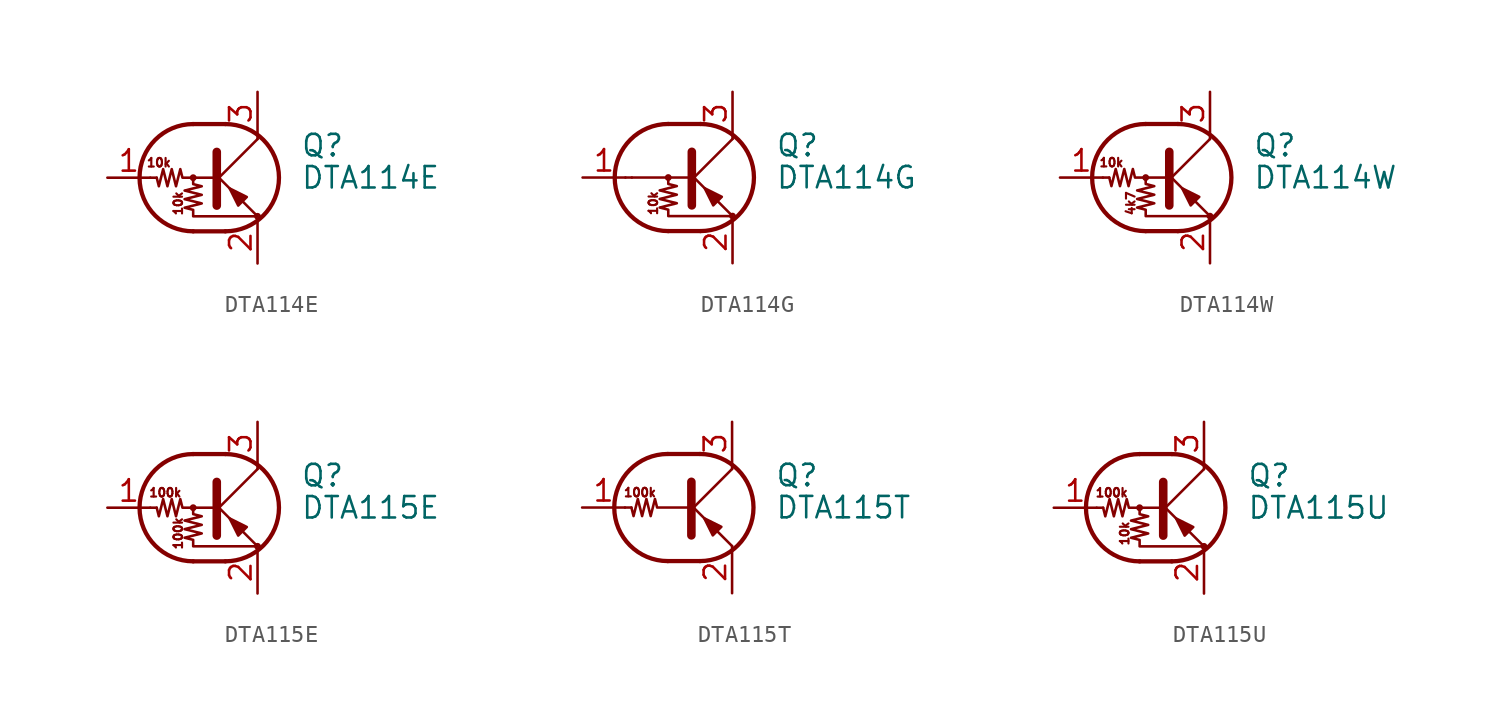
<source format=kicad_sym>
(kicad_symbol_lib
  (version 20211014)
  (generator kicad_symbol_editor)
  (symbol "DTA114E"
    (pin_names
      (offset 0) hide)
    (property "Reference" "Q"
      (at 5.08 1.905 0)
      (effects (font (size 1.27 1.27)) (justify left)))
    (property "Value" "DTA114E"
      (at 5.08 0 0)
      (effects (font (size 1.27 1.27)) (justify left)))
    (symbol "DTA114E_0_0"
      (text "10k" (at -3.302 0.889 0) (effects (font (size 0.508 0.508))))
      (text "10k" (at -2.159 -1.524 900) (effects (font (size 0.508 0.508)))))
    (symbol "DTA114E_0_1"
      (circle (center -1.27 0) (radius 0.127) (stroke (width 0) (type default) (color 0 0 0 0)) (fill (type none)))
      (arc (start -1.27 3.175) (mid -4.445 0) (end -1.27 -3.175) (stroke (width 0.254) (type default) (color 0 0 0 0)) (fill (type none)))
      (polyline (pts (xy -3.429 0) (xy -3.81 0)) (stroke (width 0) (type default) (color 0 0 0 0)) (fill (type none)))
      (polyline (pts (xy -1.27 -3.175) (xy 0.635 -3.175)) (stroke (width 0.254) (type default) (color 0 0 0 0)) (fill (type none)))
      (polyline (pts (xy -1.27 3.175) (xy 0.635 3.175)) (stroke (width 0.254) (type default) (color 0 0 0 0)) (fill (type none)))
      (polyline (pts (xy 0 -0.254) (xy 2.54 2.286)) (stroke (width 0) (type default) (color 0 0 0 0)) (fill (type none)))
      (polyline (pts (xy 0.127 1.524) (xy 0.127 -1.651)) (stroke (width 0.508) (type default) (color 0 0 0 0)) (fill (type outline)))
      (polyline (pts (xy 2.54 2.286) (xy 2.54 2.54)) (stroke (width 0) (type default) (color 0 0 0 0)) (fill (type none)))
      (polyline (pts (xy 2.54 -2.286) (xy 0 0.254) (xy 0 0.254)) (stroke (width 0) (type default) (color 0 0 0 0)) (fill (type none)))
      (polyline (pts (xy 1.397 -1.651) (xy 1.905 -1.143) (xy 0.889 -0.635) (xy 1.397 -1.651)) (stroke (width 0) (type default) (color 0 0 0 0)) (fill (type outline)))
      (polyline (pts (xy 0 0) (xy -1.905 0) (xy -2.032 0.508) (xy -2.286 -0.508) (xy -2.54 0.508) (xy -2.794 -0.508) (xy -3.048 0.508) (xy -3.302 -0.508) (xy -3.429 0)) (stroke (width 0) (type default) (color 0 0 0 0)) (fill (type none)))
      (polyline (pts (xy -1.27 0) (xy -1.27 -0.381) (xy -0.762 -0.508) (xy -1.778 -0.762) (xy -0.762 -1.016) (xy -1.778 -1.27) (xy -0.762 -1.524) (xy -1.778 -1.778) (xy -1.27 -1.905) (xy -1.27 -2.286) (xy 2.54 -2.286)) (stroke (width 0) (type default) (color 0 0 0 0)) (fill (type none)))
      (arc (start 0.635 -3.175) (mid 3.81 0) (end 0.635 3.175) (stroke (width 0.254) (type default) (color 0 0 0 0)) (fill (type none)))
      (circle (center 2.54 -2.286) (radius 0.127) (stroke (width 0) (type default) (color 0 0 0 0)) (fill (type none))))
    (symbol "DTA114E_1_1"
      (pin input line (at -6.35 0 0) (length 2.54) (name "B" (effects (font (size 1.27 1.27)))) (number "1" (effects (font (size 1.27 1.27)))))
      (pin passive line (at 2.54 -5.08 90) (length 2.54) (name "E" (effects (font (size 1.27 1.27)))) (number "2" (effects (font (size 1.27 1.27)))))
      (pin passive line (at 2.54 5.08 270) (length 2.54) (name "C" (effects (font (size 1.27 1.27)))) (number "3" (effects (font (size 1.27 1.27)))))))
  (symbol "DTA114G"
    (pin_names
      (offset 0) hide)
    (property "Reference" "Q"
      (at 5.08 1.905 0)
      (effects (font (size 1.27 1.27)) (justify left)))
    (property "Value" "DTA114G"
      (at 5.08 0 0)
      (effects (font (size 1.27 1.27)) (justify left)))
    (symbol "DTA114G_0_0"
      (polyline (pts (xy -3.429 0) (xy 0 0)) (stroke (width 0) (type default) (color 0 0 0 0)) (fill (type none)))
      (text "10k" (at -2.159 -1.524 900) (effects (font (size 0.508 0.508)))))
    (symbol "DTA114G_0_1"
      (circle (center -1.27 0) (radius 0.127) (stroke (width 0) (type default) (color 0 0 0 0)) (fill (type none)))
      (arc (start -1.27 3.175) (mid -4.445 0) (end -1.27 -3.175) (stroke (width 0.254) (type default) (color 0 0 0 0)) (fill (type none)))
      (polyline (pts (xy -3.429 0) (xy -3.81 0)) (stroke (width 0) (type default) (color 0 0 0 0)) (fill (type none)))
      (polyline (pts (xy -1.27 -3.175) (xy 0.635 -3.175)) (stroke (width 0.254) (type default) (color 0 0 0 0)) (fill (type none)))
      (polyline (pts (xy -1.27 3.175) (xy 0.635 3.175)) (stroke (width 0.254) (type default) (color 0 0 0 0)) (fill (type none)))
      (polyline (pts (xy 0 -0.254) (xy 2.54 2.286)) (stroke (width 0) (type default) (color 0 0 0 0)) (fill (type none)))
      (polyline (pts (xy 0.127 1.524) (xy 0.127 -1.651)) (stroke (width 0.508) (type default) (color 0 0 0 0)) (fill (type outline)))
      (polyline (pts (xy 2.54 2.286) (xy 2.54 2.54)) (stroke (width 0) (type default) (color 0 0 0 0)) (fill (type none)))
      (polyline (pts (xy 2.54 -2.286) (xy 0 0.254) (xy 0 0.254)) (stroke (width 0) (type default) (color 0 0 0 0)) (fill (type none)))
      (polyline (pts (xy 1.397 -1.651) (xy 1.905 -1.143) (xy 0.889 -0.635) (xy 1.397 -1.651)) (stroke (width 0) (type default) (color 0 0 0 0)) (fill (type outline)))
      (polyline (pts (xy -1.27 0) (xy -1.27 -0.381) (xy -0.762 -0.508) (xy -1.778 -0.762) (xy -0.762 -1.016) (xy -1.778 -1.27) (xy -0.762 -1.524) (xy -1.778 -1.778) (xy -1.27 -1.905) (xy -1.27 -2.286) (xy 2.54 -2.286)) (stroke (width 0) (type default) (color 0 0 0 0)) (fill (type none)))
      (arc (start 0.635 -3.175) (mid 3.81 0) (end 0.635 3.175) (stroke (width 0.254) (type default) (color 0 0 0 0)) (fill (type none)))
      (circle (center 2.54 -2.286) (radius 0.127) (stroke (width 0) (type default) (color 0 0 0 0)) (fill (type none))))
    (symbol "DTA114G_1_1"
      (pin input line (at -6.35 0 0) (length 2.54) (name "B" (effects (font (size 1.27 1.27)))) (number "1" (effects (font (size 1.27 1.27)))))
      (pin passive line (at 2.54 -5.08 90) (length 2.54) (name "E" (effects (font (size 1.27 1.27)))) (number "2" (effects (font (size 1.27 1.27)))))
      (pin passive line (at 2.54 5.08 270) (length 2.54) (name "C" (effects (font (size 1.27 1.27)))) (number "3" (effects (font (size 1.27 1.27)))))))
  (symbol "DTA114W"
    (pin_names
      (offset 0) hide)
    (property "Reference" "Q"
      (at 5.08 1.905 0)
      (effects (font (size 1.27 1.27)) (justify left)))
    (property "Value" "DTA114W"
      (at 5.08 0 0)
      (effects (font (size 1.27 1.27)) (justify left)))
    (symbol "DTA114W_0_0"
      (text "10k" (at -3.302 0.889 0) (effects (font (size 0.508 0.508))))
      (text "4k7" (at -2.159 -1.524 900) (effects (font (size 0.508 0.508)))))
    (symbol "DTA114W_0_1"
      (circle (center -1.27 0) (radius 0.127) (stroke (width 0) (type default) (color 0 0 0 0)) (fill (type none)))
      (arc (start -1.27 3.175) (mid -4.445 0) (end -1.27 -3.175) (stroke (width 0.254) (type default) (color 0 0 0 0)) (fill (type none)))
      (polyline (pts (xy -3.429 0) (xy -3.81 0)) (stroke (width 0) (type default) (color 0 0 0 0)) (fill (type none)))
      (polyline (pts (xy -1.27 -3.175) (xy 0.635 -3.175)) (stroke (width 0.254) (type default) (color 0 0 0 0)) (fill (type none)))
      (polyline (pts (xy -1.27 3.175) (xy 0.635 3.175)) (stroke (width 0.254) (type default) (color 0 0 0 0)) (fill (type none)))
      (polyline (pts (xy 0 -0.254) (xy 2.54 2.286)) (stroke (width 0) (type default) (color 0 0 0 0)) (fill (type none)))
      (polyline (pts (xy 0.127 1.524) (xy 0.127 -1.651)) (stroke (width 0.508) (type default) (color 0 0 0 0)) (fill (type outline)))
      (polyline (pts (xy 2.54 2.286) (xy 2.54 2.54)) (stroke (width 0) (type default) (color 0 0 0 0)) (fill (type none)))
      (polyline (pts (xy 2.54 -2.286) (xy 0 0.254) (xy 0 0.254)) (stroke (width 0) (type default) (color 0 0 0 0)) (fill (type none)))
      (polyline (pts (xy 1.397 -1.651) (xy 1.905 -1.143) (xy 0.889 -0.635) (xy 1.397 -1.651)) (stroke (width 0) (type default) (color 0 0 0 0)) (fill (type outline)))
      (polyline (pts (xy 0 0) (xy -1.905 0) (xy -2.032 0.508) (xy -2.286 -0.508) (xy -2.54 0.508) (xy -2.794 -0.508) (xy -3.048 0.508) (xy -3.302 -0.508) (xy -3.429 0)) (stroke (width 0) (type default) (color 0 0 0 0)) (fill (type none)))
      (polyline (pts (xy -1.27 0) (xy -1.27 -0.381) (xy -0.762 -0.508) (xy -1.778 -0.762) (xy -0.762 -1.016) (xy -1.778 -1.27) (xy -0.762 -1.524) (xy -1.778 -1.778) (xy -1.27 -1.905) (xy -1.27 -2.286) (xy 2.54 -2.286)) (stroke (width 0) (type default) (color 0 0 0 0)) (fill (type none)))
      (arc (start 0.635 -3.175) (mid 3.81 0) (end 0.635 3.175) (stroke (width 0.254) (type default) (color 0 0 0 0)) (fill (type none)))
      (circle (center 2.54 -2.286) (radius 0.127) (stroke (width 0) (type default) (color 0 0 0 0)) (fill (type none))))
    (symbol "DTA114W_1_1"
      (pin input line (at -6.35 0 0) (length 2.54) (name "B" (effects (font (size 1.27 1.27)))) (number "1" (effects (font (size 1.27 1.27)))))
      (pin passive line (at 2.54 -5.08 90) (length 2.54) (name "E" (effects (font (size 1.27 1.27)))) (number "2" (effects (font (size 1.27 1.27)))))
      (pin passive line (at 2.54 5.08 270) (length 2.54) (name "C" (effects (font (size 1.27 1.27)))) (number "3" (effects (font (size 1.27 1.27)))))))
  (symbol "DTA115E"
    (pin_names
      (offset 0) hide)
    (property "Reference" "Q"
      (at 5.08 1.905 0)
      (effects (font (size 1.27 1.27)) (justify left)))
    (property "Value" "DTA115E"
      (at 5.08 0 0)
      (effects (font (size 1.27 1.27)) (justify left)))
    (symbol "DTA115E_0_0"
      (text "100k" (at -2.921 0.889 0) (effects (font (size 0.508 0.508))))
      (text "100k" (at -2.159 -1.524 900) (effects (font (size 0.508 0.508)))))
    (symbol "DTA115E_0_1"
      (circle (center -1.27 0) (radius 0.127) (stroke (width 0) (type default) (color 0 0 0 0)) (fill (type none)))
      (arc (start -1.27 3.175) (mid -4.445 0) (end -1.27 -3.175) (stroke (width 0.254) (type default) (color 0 0 0 0)) (fill (type none)))
      (polyline (pts (xy -3.429 0) (xy -3.81 0)) (stroke (width 0) (type default) (color 0 0 0 0)) (fill (type none)))
      (polyline (pts (xy -1.27 -3.175) (xy 0.635 -3.175)) (stroke (width 0.254) (type default) (color 0 0 0 0)) (fill (type none)))
      (polyline (pts (xy -1.27 3.175) (xy 0.635 3.175)) (stroke (width 0.254) (type default) (color 0 0 0 0)) (fill (type none)))
      (polyline (pts (xy 0 -0.254) (xy 2.54 2.286)) (stroke (width 0) (type default) (color 0 0 0 0)) (fill (type none)))
      (polyline (pts (xy 0.127 1.524) (xy 0.127 -1.651)) (stroke (width 0.508) (type default) (color 0 0 0 0)) (fill (type outline)))
      (polyline (pts (xy 2.54 2.286) (xy 2.54 2.54)) (stroke (width 0) (type default) (color 0 0 0 0)) (fill (type none)))
      (polyline (pts (xy 2.54 -2.286) (xy 0 0.254) (xy 0 0.254)) (stroke (width 0) (type default) (color 0 0 0 0)) (fill (type none)))
      (polyline (pts (xy 1.397 -1.651) (xy 1.905 -1.143) (xy 0.889 -0.635) (xy 1.397 -1.651)) (stroke (width 0) (type default) (color 0 0 0 0)) (fill (type outline)))
      (polyline (pts (xy 0 0) (xy -1.905 0) (xy -2.032 0.508) (xy -2.286 -0.508) (xy -2.54 0.508) (xy -2.794 -0.508) (xy -3.048 0.508) (xy -3.302 -0.508) (xy -3.429 0)) (stroke (width 0) (type default) (color 0 0 0 0)) (fill (type none)))
      (polyline (pts (xy -1.27 0) (xy -1.27 -0.381) (xy -0.762 -0.508) (xy -1.778 -0.762) (xy -0.762 -1.016) (xy -1.778 -1.27) (xy -0.762 -1.524) (xy -1.778 -1.778) (xy -1.27 -1.905) (xy -1.27 -2.286) (xy 2.54 -2.286)) (stroke (width 0) (type default) (color 0 0 0 0)) (fill (type none)))
      (arc (start 0.635 -3.175) (mid 3.81 0) (end 0.635 3.175) (stroke (width 0.254) (type default) (color 0 0 0 0)) (fill (type none)))
      (circle (center 2.54 -2.286) (radius 0.127) (stroke (width 0) (type default) (color 0 0 0 0)) (fill (type none))))
    (symbol "DTA115E_1_1"
      (pin input line (at -6.35 0 0) (length 2.54) (name "B" (effects (font (size 1.27 1.27)))) (number "1" (effects (font (size 1.27 1.27)))))
      (pin passive line (at 2.54 -5.08 90) (length 2.54) (name "E" (effects (font (size 1.27 1.27)))) (number "2" (effects (font (size 1.27 1.27)))))
      (pin passive line (at 2.54 5.08 270) (length 2.54) (name "C" (effects (font (size 1.27 1.27)))) (number "3" (effects (font (size 1.27 1.27)))))))
  (symbol "DTA115T"
    (pin_names
      (offset 0) hide)
    (property "Reference" "Q"
      (at 5.08 1.905 0)
      (effects (font (size 1.27 1.27)) (justify left)))
    (property "Value" "DTA115T"
      (at 5.08 0 0)
      (effects (font (size 1.27 1.27)) (justify left)))
    (symbol "DTA115T_0_0"
      (polyline (pts (xy 2.54 -2.286) (xy 2.54 -2.54)) (stroke (width 0) (type default) (color 0 0 0 0)) (fill (type none)))
      (text "100k" (at -2.921 0.889 0) (effects (font (size 0.508 0.508)))))
    (symbol "DTA115T_0_1"
      (arc (start -1.27 3.175) (mid -4.445 0) (end -1.27 -3.175) (stroke (width 0.254) (type default) (color 0 0 0 0)) (fill (type none)))
      (polyline (pts (xy -3.429 0) (xy -3.81 0)) (stroke (width 0) (type default) (color 0 0 0 0)) (fill (type none)))
      (polyline (pts (xy -1.27 -3.175) (xy 0.635 -3.175)) (stroke (width 0.254) (type default) (color 0 0 0 0)) (fill (type none)))
      (polyline (pts (xy -1.27 3.175) (xy 0.635 3.175)) (stroke (width 0.254) (type default) (color 0 0 0 0)) (fill (type none)))
      (polyline (pts (xy 0 -0.254) (xy 2.54 2.286)) (stroke (width 0) (type default) (color 0 0 0 0)) (fill (type none)))
      (polyline (pts (xy 0.127 1.524) (xy 0.127 -1.651)) (stroke (width 0.508) (type default) (color 0 0 0 0)) (fill (type outline)))
      (polyline (pts (xy 2.54 2.286) (xy 2.54 2.54)) (stroke (width 0) (type default) (color 0 0 0 0)) (fill (type none)))
      (polyline (pts (xy 2.54 -2.286) (xy 0 0.254) (xy 0 0.254)) (stroke (width 0) (type default) (color 0 0 0 0)) (fill (type none)))
      (polyline (pts (xy 1.397 -1.651) (xy 1.905 -1.143) (xy 0.889 -0.635) (xy 1.397 -1.651)) (stroke (width 0) (type default) (color 0 0 0 0)) (fill (type outline)))
      (polyline (pts (xy 0 0) (xy -1.905 0) (xy -2.032 0.508) (xy -2.286 -0.508) (xy -2.54 0.508) (xy -2.794 -0.508) (xy -3.048 0.508) (xy -3.302 -0.508) (xy -3.429 0)) (stroke (width 0) (type default) (color 0 0 0 0)) (fill (type none)))
      (arc (start 0.635 -3.175) (mid 3.81 0) (end 0.635 3.175) (stroke (width 0.254) (type default) (color 0 0 0 0)) (fill (type none))))
    (symbol "DTA115T_1_1"
      (pin input line (at -6.35 0 0) (length 2.54) (name "B" (effects (font (size 1.27 1.27)))) (number "1" (effects (font (size 1.27 1.27)))))
      (pin passive line (at 2.54 -5.08 90) (length 2.54) (name "E" (effects (font (size 1.27 1.27)))) (number "2" (effects (font (size 1.27 1.27)))))
      (pin passive line (at 2.54 5.08 270) (length 2.54) (name "C" (effects (font (size 1.27 1.27)))) (number "3" (effects (font (size 1.27 1.27)))))))
  (symbol "DTA115U"
    (pin_names
      (offset 0) hide)
    (property "Reference" "Q"
      (at 5.08 1.905 0)
      (effects (font (size 1.27 1.27)) (justify left)))
    (property "Value" "DTA115U"
      (at 5.08 0 0)
      (effects (font (size 1.27 1.27)) (justify left)))
    (symbol "DTA115U_0_0"
      (text "100k" (at -2.921 0.889 0) (effects (font (size 0.508 0.508))))
      (text "10k" (at -2.159 -1.524 900) (effects (font (size 0.508 0.508)))))
    (symbol "DTA115U_0_1"
      (circle (center -1.27 0) (radius 0.127) (stroke (width 0) (type default) (color 0 0 0 0)) (fill (type none)))
      (arc (start -1.27 3.175) (mid -4.445 0) (end -1.27 -3.175) (stroke (width 0.254) (type default) (color 0 0 0 0)) (fill (type none)))
      (polyline (pts (xy -3.429 0) (xy -3.81 0)) (stroke (width 0) (type default) (color 0 0 0 0)) (fill (type none)))
      (polyline (pts (xy -1.27 -3.175) (xy 0.635 -3.175)) (stroke (width 0.254) (type default) (color 0 0 0 0)) (fill (type none)))
      (polyline (pts (xy -1.27 3.175) (xy 0.635 3.175)) (stroke (width 0.254) (type default) (color 0 0 0 0)) (fill (type none)))
      (polyline (pts (xy 0 -0.254) (xy 2.54 2.286)) (stroke (width 0) (type default) (color 0 0 0 0)) (fill (type none)))
      (polyline (pts (xy 0.127 1.524) (xy 0.127 -1.651)) (stroke (width 0.508) (type default) (color 0 0 0 0)) (fill (type outline)))
      (polyline (pts (xy 2.54 2.286) (xy 2.54 2.54)) (stroke (width 0) (type default) (color 0 0 0 0)) (fill (type none)))
      (polyline (pts (xy 2.54 -2.286) (xy 0 0.254) (xy 0 0.254)) (stroke (width 0) (type default) (color 0 0 0 0)) (fill (type none)))
      (polyline (pts (xy 1.397 -1.651) (xy 1.905 -1.143) (xy 0.889 -0.635) (xy 1.397 -1.651)) (stroke (width 0) (type default) (color 0 0 0 0)) (fill (type outline)))
      (polyline (pts (xy 0 0) (xy -1.905 0) (xy -2.032 0.508) (xy -2.286 -0.508) (xy -2.54 0.508) (xy -2.794 -0.508) (xy -3.048 0.508) (xy -3.302 -0.508) (xy -3.429 0)) (stroke (width 0) (type default) (color 0 0 0 0)) (fill (type none)))
      (polyline (pts (xy -1.27 0) (xy -1.27 -0.381) (xy -0.762 -0.508) (xy -1.778 -0.762) (xy -0.762 -1.016) (xy -1.778 -1.27) (xy -0.762 -1.524) (xy -1.778 -1.778) (xy -1.27 -1.905) (xy -1.27 -2.286) (xy 2.54 -2.286)) (stroke (width 0) (type default) (color 0 0 0 0)) (fill (type none)))
      (arc (start 0.635 -3.175) (mid 3.81 0) (end 0.635 3.175) (stroke (width 0.254) (type default) (color 0 0 0 0)) (fill (type none)))
      (circle (center 2.54 -2.286) (radius 0.127) (stroke (width 0) (type default) (color 0 0 0 0)) (fill (type none))))
    (symbol "DTA115U_1_1"
      (pin input line (at -6.35 0 0) (length 2.54) (name "B" (effects (font (size 1.27 1.27)))) (number "1" (effects (font (size 1.27 1.27)))))
      (pin passive line (at 2.54 -5.08 90) (length 2.54) (name "E" (effects (font (size 1.27 1.27)))) (number "2" (effects (font (size 1.27 1.27)))))
      (pin passive line (at 2.54 5.08 270) (length 2.54) (name "C" (effects (font (size 1.27 1.27)))) (number "3" (effects (font (size 1.27 1.27))))))))
</source>
